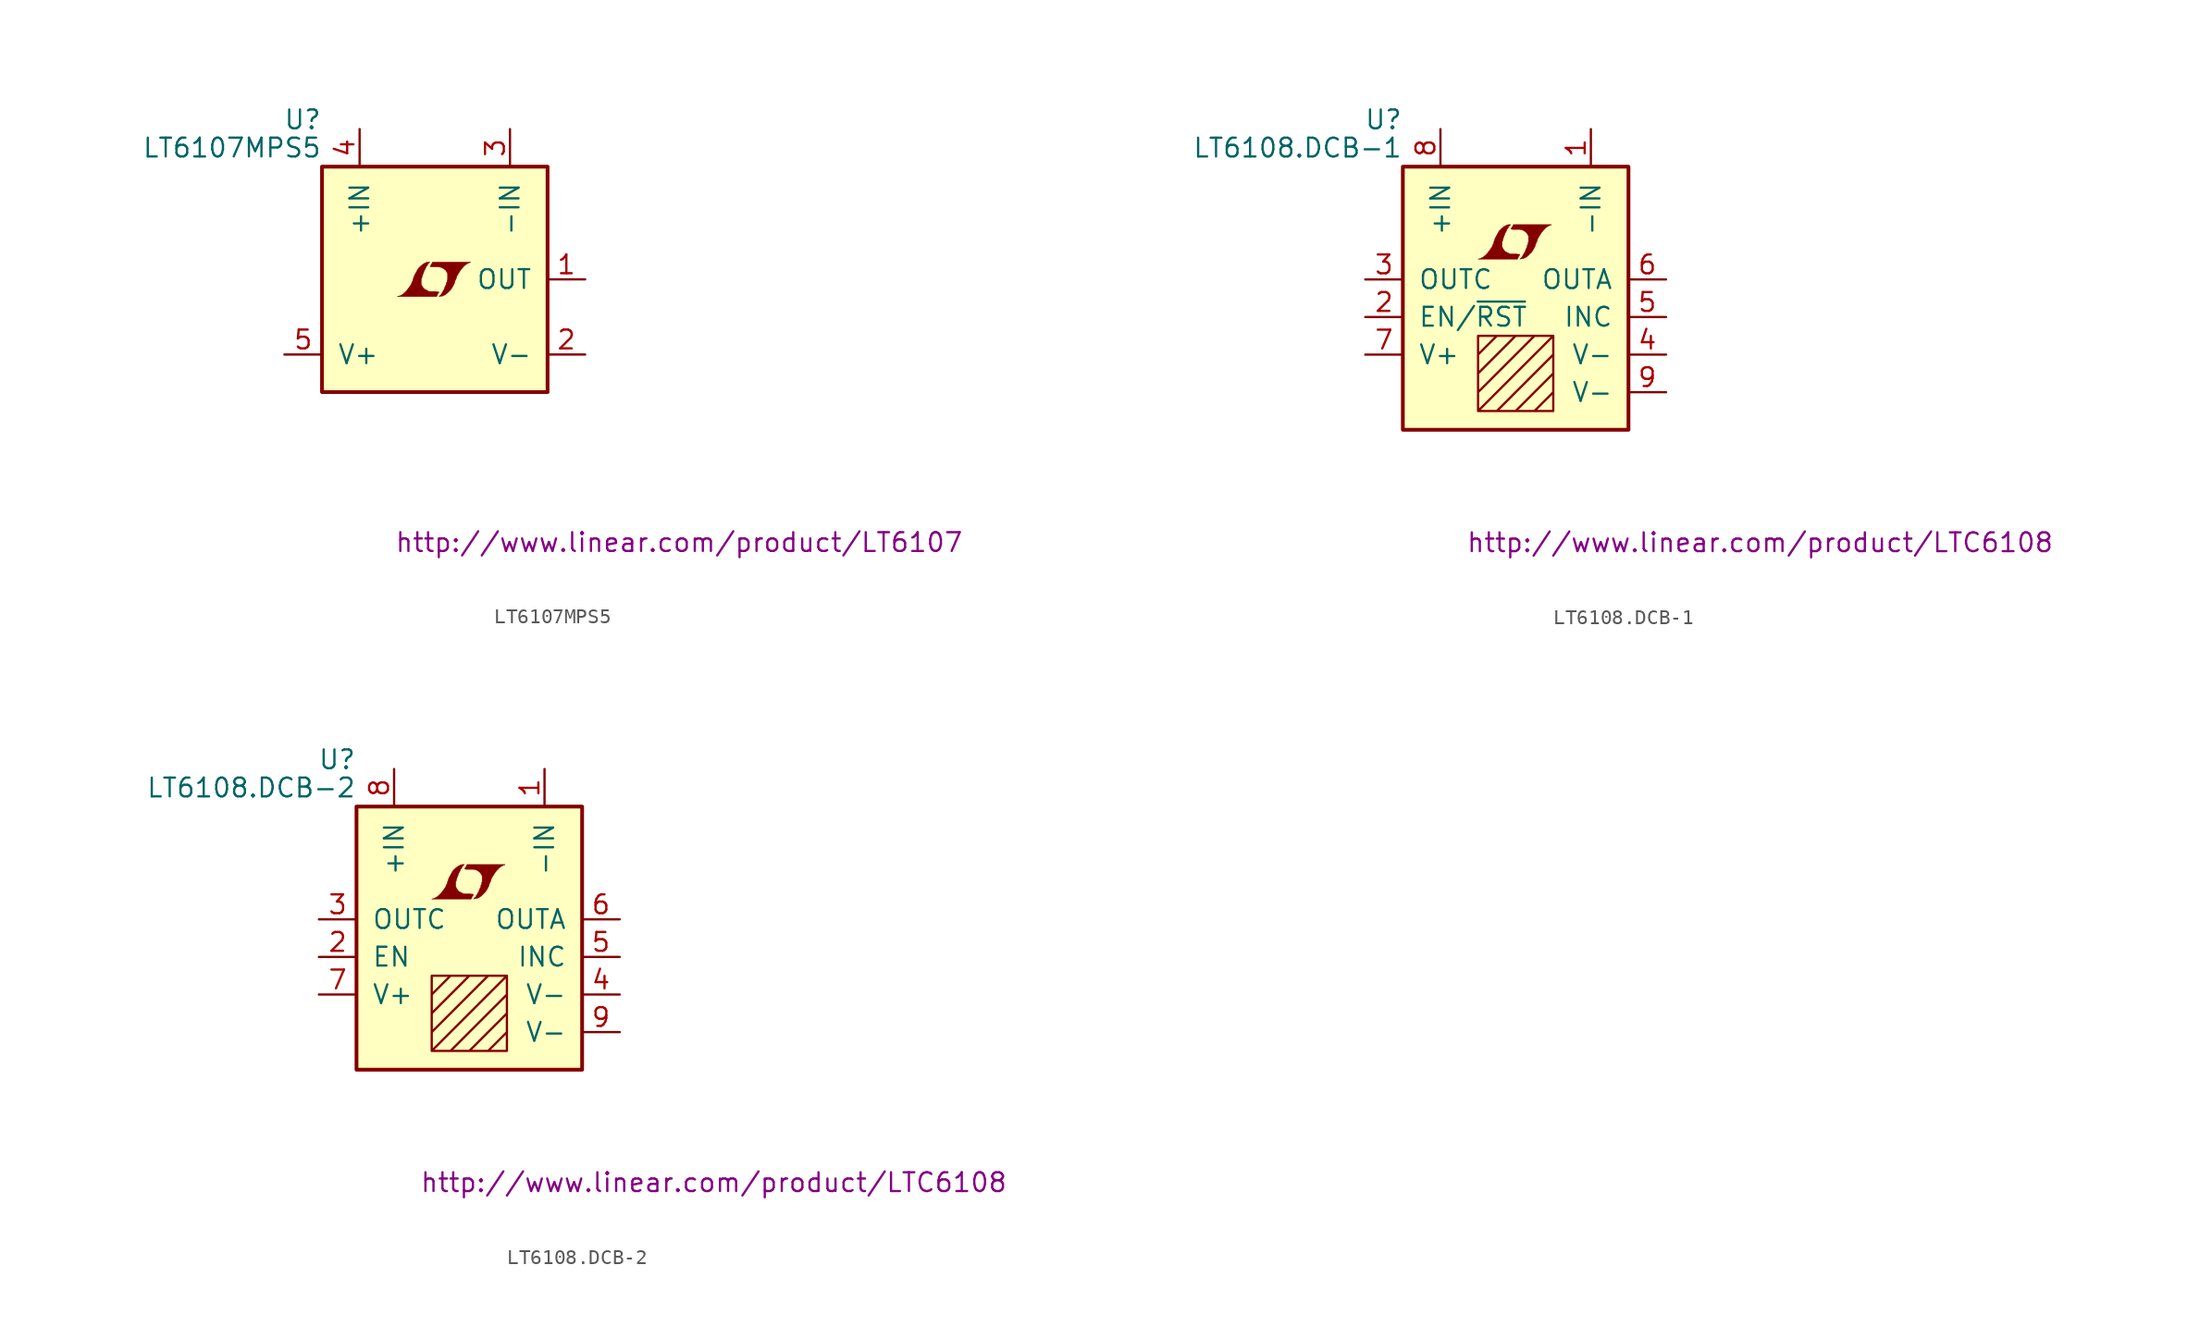
<source format=kicad_sym>
(kicad_symbol_lib
  (version 20201005)
  (generator kicad_symbol_editor)
  (symbol "LT6107MPS5"
    (pin_names
      (offset 1.016))
    (property "Reference" "U"
      (at -7.62 10.795 0)
      (effects (font (size 1.27 1.27)) (justify right)))
    (property "Value" "LT6107MPS5"
      (at -7.62 8.89 0)
      (effects (font (size 1.27 1.27)) (justify right)))
    (property "Datasheet" "http://www.linear.com/product/LT6107"
      (at 16.51 -17.78 0)
      (effects (font (size 1.27 1.27))))
    (symbol "LT6107MPS5_0_0"
      (polyline (pts (xy 0.203 -0.991) (xy 0.229 -0.965) (xy 0.279 -0.864) (xy 0.279 -0.838) (xy 0.152 -0.838) (xy 0.051 -0.813) (xy -0.406 -0.813) (xy -0.432 -0.787) (xy -0.686 -0.66) (xy -0.787 -0.559) (xy -0.864 -0.432) (xy -0.914 -0.33) (xy -0.914 -0.025) (xy -0.864 0.127) (xy -0.838 0.229) (xy -0.813 0.305) (xy -0.762 0.432) (xy -0.711 0.584) (xy -0.635 0.711) (xy -0.584 0.838) (xy -0.508 0.94) (xy -0.457 1.041) (xy -0.33 1.168) (xy -0.508 1.168) (xy -0.635 1.118) (xy -0.737 1.067) (xy -0.813 1.016) (xy -0.94 0.914) (xy -1.118 0.737) (xy -1.372 0.279) (xy -1.473 0) (xy -1.473 -0.051) (xy -1.524 -0.152) (xy -1.575 -0.279) (xy -1.626 -0.381) (xy -1.753 -0.559) (xy -1.905 -0.762) (xy -2.057 -0.914) (xy -2.21 -1.041) (xy -2.388 -1.118) (xy -2.54 -1.168) (xy 0.127 -1.168) (xy 0.203 -0.991)) (stroke (width 0.025)) (fill (type outline)))
      (polyline (pts (xy 0.406 -1.143) (xy 0.483 -1.143) (xy 0.66 -1.067) (xy 0.813 -0.965) (xy 1.092 -0.686) (xy 1.219 -0.483) (xy 1.321 -0.279) (xy 1.397 -0.025) (xy 1.422 -0.025) (xy 1.499 0.229) (xy 1.753 0.635) (xy 1.905 0.813) (xy 2.057 0.965) (xy 2.21 1.067) (xy 2.388 1.143) (xy 2.413 1.143) (xy 2.413 1.168) (xy -0.152 1.168) (xy -0.229 1.016) (xy -0.254 0.991) (xy -0.305 0.889) (xy -0.33 0.864) (xy -0.279 0.864) (xy -0.229 0.838) (xy 0.305 0.838) (xy 0.356 0.813) (xy 0.406 0.813) (xy 0.483 0.787) (xy 0.61 0.711) (xy 0.737 0.61) (xy 0.813 0.483) (xy 0.838 0.432) (xy 0.864 0.406) (xy 0.864 0) (xy 0.838 -0.051) (xy 0.838 -0.127) (xy 0.787 -0.229) (xy 0.762 -0.356) (xy 0.686 -0.508) (xy 0.635 -0.66) (xy 0.483 -0.914) (xy 0.432 -1.016) (xy 0.279 -1.168) (xy 0.406 -1.143)) (stroke (width 0.025)) (fill (type outline))))
    (symbol "LT6107MPS5_0_1"
      (rectangle (start -7.62 7.62) (end 7.62 -7.62) (stroke (width 0.254)) (fill (type background))))
    (symbol "LT6107MPS5_1_1"
      (pin output line (at 10.16 0 180) (length 2.54) (name "OUT" (effects (font (size 1.27 1.27)))) (number "1" (effects (font (size 1.27 1.27)))))
      (pin power_in line (at 10.16 -5.08 180) (length 2.54) (name "V-" (effects (font (size 1.27 1.27)))) (number "2" (effects (font (size 1.27 1.27)))))
      (pin input line (at 5.08 10.16 270) (length 2.54) (name "-IN" (effects (font (size 1.27 1.27)))) (number "3" (effects (font (size 1.27 1.27)))))
      (pin input line (at -5.08 10.16 270) (length 2.54) (name "+IN" (effects (font (size 1.27 1.27)))) (number "4" (effects (font (size 1.27 1.27)))))
      (pin power_in line (at -10.16 -5.08 0) (length 2.54) (name "V+" (effects (font (size 1.27 1.27)))) (number "5" (effects (font (size 1.27 1.27)))))))
  (symbol "LT6108.DCB-1"
    (pin_names
      (offset 1.016))
    (property "Reference" "U"
      (at -7.62 10.795 0)
      (effects (font (size 1.27 1.27)) (justify right)))
    (property "Value" "LT6108.DCB-1"
      (at -7.62 8.89 0)
      (effects (font (size 1.27 1.27)) (justify right)))
    (property "Datasheet" "http://www.linear.com/product/LTC6108"
      (at 16.51 -17.78 0)
      (effects (font (size 1.27 1.27))))
    (symbol "LT6108.DCB-1_0_0"
      (polyline (pts (xy 0.203 1.549) (xy 0.229 1.575) (xy 0.279 1.676) (xy 0.279 1.702) (xy 0.152 1.702) (xy 0.051 1.727) (xy -0.406 1.727) (xy -0.432 1.753) (xy -0.686 1.88) (xy -0.787 1.981) (xy -0.864 2.108) (xy -0.914 2.21) (xy -0.914 2.515) (xy -0.864 2.667) (xy -0.838 2.769) (xy -0.813 2.845) (xy -0.762 2.972) (xy -0.711 3.124) (xy -0.635 3.251) (xy -0.584 3.378) (xy -0.508 3.48) (xy -0.457 3.581) (xy -0.33 3.708) (xy -0.508 3.708) (xy -0.635 3.658) (xy -0.737 3.607) (xy -0.813 3.556) (xy -0.94 3.454) (xy -1.118 3.277) (xy -1.372 2.819) (xy -1.473 2.54) (xy -1.473 2.489) (xy -1.524 2.388) (xy -1.575 2.261) (xy -1.626 2.159) (xy -1.753 1.981) (xy -1.905 1.778) (xy -2.057 1.626) (xy -2.21 1.499) (xy -2.388 1.422) (xy -2.54 1.372) (xy 0.127 1.372) (xy 0.203 1.549)) (stroke (width 0.025)) (fill (type outline)))
      (polyline (pts (xy 0.406 1.397) (xy 0.483 1.397) (xy 0.66 1.473) (xy 0.813 1.575) (xy 1.092 1.854) (xy 1.219 2.057) (xy 1.321 2.261) (xy 1.397 2.515) (xy 1.422 2.515) (xy 1.499 2.769) (xy 1.753 3.175) (xy 1.905 3.353) (xy 2.057 3.505) (xy 2.21 3.607) (xy 2.388 3.683) (xy 2.413 3.683) (xy 2.413 3.708) (xy -0.152 3.708) (xy -0.229 3.556) (xy -0.254 3.531) (xy -0.305 3.429) (xy -0.33 3.404) (xy -0.279 3.404) (xy -0.229 3.378) (xy 0.305 3.378) (xy 0.356 3.353) (xy 0.406 3.353) (xy 0.483 3.327) (xy 0.61 3.251) (xy 0.737 3.15) (xy 0.813 3.023) (xy 0.838 2.972) (xy 0.864 2.946) (xy 0.864 2.54) (xy 0.838 2.489) (xy 0.838 2.413) (xy 0.787 2.311) (xy 0.762 2.184) (xy 0.686 2.032) (xy 0.635 1.88) (xy 0.483 1.626) (xy 0.432 1.524) (xy 0.279 1.372) (xy 0.406 1.397)) (stroke (width 0.025)) (fill (type outline))))
    (symbol "LT6108.DCB-1_0_1"
      (rectangle (start -7.62 7.62) (end 7.62 -10.16) (stroke (width 0.254)) (fill (type background)))
      (polyline (pts (xy -2.54 -5.08) (xy -1.27 -3.81) (xy 0 -3.81) (xy -2.54 -6.35) (xy -2.54 -7.62) (xy 1.27 -3.81) (xy 2.54 -3.81) (xy -2.54 -8.89) (xy -1.27 -8.89) (xy 2.54 -5.08) (xy 2.54 -6.35) (xy 0 -8.89) (xy 1.27 -8.89) (xy 2.54 -7.62) (xy 2.54 -8.89) (xy -2.54 -8.89) (xy -2.54 -3.81) (xy 2.54 -3.81) (xy 2.54 -8.89)) (stroke (width 0)) (fill (type none))))
    (symbol "LT6108.DCB-1_1_1"
      (pin passive line (at 5.08 10.16 270) (length 2.54) (name "-IN" (effects (font (size 1.27 1.27)))) (number "1" (effects (font (size 1.27 1.27)))))
      (pin input line (at -10.16 -2.54 0) (length 2.54) (name "EN/~RST~" (effects (font (size 1.27 1.27)))) (number "2" (effects (font (size 1.27 1.27)))))
      (pin output line (at -10.16 0 0) (length 2.54) (name "OUTC" (effects (font (size 1.27 1.27)))) (number "3" (effects (font (size 1.27 1.27)))))
      (pin power_in line (at 10.16 -5.08 180) (length 2.54) (name "V-" (effects (font (size 1.27 1.27)))) (number "4" (effects (font (size 1.27 1.27)))))
      (pin passive line (at 10.16 -2.54 180) (length 2.54) (name "INC" (effects (font (size 1.27 1.27)))) (number "5" (effects (font (size 1.27 1.27)))))
      (pin output line (at 10.16 0 180) (length 2.54) (name "OUTA" (effects (font (size 1.27 1.27)))) (number "6" (effects (font (size 1.27 1.27)))))
      (pin power_in line (at -10.16 -5.08 0) (length 2.54) (name "V+" (effects (font (size 1.27 1.27)))) (number "7" (effects (font (size 1.27 1.27)))))
      (pin passive line (at -5.08 10.16 270) (length 2.54) (name "+IN" (effects (font (size 1.27 1.27)))) (number "8" (effects (font (size 1.27 1.27)))))
      (pin power_in line (at 10.16 -7.62 180) (length 2.54) (name "V-" (effects (font (size 1.27 1.27)))) (number "9" (effects (font (size 1.27 1.27)))))))
  (symbol "LT6108.DCB-2"
    (pin_names
      (offset 1.016))
    (property "Reference" "U"
      (at -7.62 10.795 0)
      (effects (font (size 1.27 1.27)) (justify right)))
    (property "Value" "LT6108.DCB-2"
      (at -7.62 8.89 0)
      (effects (font (size 1.27 1.27)) (justify right)))
    (property "Datasheet" "http://www.linear.com/product/LTC6108"
      (at 16.51 -17.78 0)
      (effects (font (size 1.27 1.27))))
    (symbol "LT6108.DCB-2_0_0"
      (polyline (pts (xy 0.203 1.549) (xy 0.229 1.575) (xy 0.279 1.676) (xy 0.279 1.702) (xy 0.152 1.702) (xy 0.051 1.727) (xy -0.406 1.727) (xy -0.432 1.753) (xy -0.686 1.88) (xy -0.787 1.981) (xy -0.864 2.108) (xy -0.914 2.21) (xy -0.914 2.515) (xy -0.864 2.667) (xy -0.838 2.769) (xy -0.813 2.845) (xy -0.762 2.972) (xy -0.711 3.124) (xy -0.635 3.251) (xy -0.584 3.378) (xy -0.508 3.48) (xy -0.457 3.581) (xy -0.33 3.708) (xy -0.508 3.708) (xy -0.635 3.658) (xy -0.737 3.607) (xy -0.813 3.556) (xy -0.94 3.454) (xy -1.118 3.277) (xy -1.372 2.819) (xy -1.473 2.54) (xy -1.473 2.489) (xy -1.524 2.388) (xy -1.575 2.261) (xy -1.626 2.159) (xy -1.753 1.981) (xy -1.905 1.778) (xy -2.057 1.626) (xy -2.21 1.499) (xy -2.388 1.422) (xy -2.54 1.372) (xy 0.127 1.372) (xy 0.203 1.549)) (stroke (width 0.025)) (fill (type outline)))
      (polyline (pts (xy 0.406 1.397) (xy 0.483 1.397) (xy 0.66 1.473) (xy 0.813 1.575) (xy 1.092 1.854) (xy 1.219 2.057) (xy 1.321 2.261) (xy 1.397 2.515) (xy 1.422 2.515) (xy 1.499 2.769) (xy 1.753 3.175) (xy 1.905 3.353) (xy 2.057 3.505) (xy 2.21 3.607) (xy 2.388 3.683) (xy 2.413 3.683) (xy 2.413 3.708) (xy -0.152 3.708) (xy -0.229 3.556) (xy -0.254 3.531) (xy -0.305 3.429) (xy -0.33 3.404) (xy -0.279 3.404) (xy -0.229 3.378) (xy 0.305 3.378) (xy 0.356 3.353) (xy 0.406 3.353) (xy 0.483 3.327) (xy 0.61 3.251) (xy 0.737 3.15) (xy 0.813 3.023) (xy 0.838 2.972) (xy 0.864 2.946) (xy 0.864 2.54) (xy 0.838 2.489) (xy 0.838 2.413) (xy 0.787 2.311) (xy 0.762 2.184) (xy 0.686 2.032) (xy 0.635 1.88) (xy 0.483 1.626) (xy 0.432 1.524) (xy 0.279 1.372) (xy 0.406 1.397)) (stroke (width 0.025)) (fill (type outline))))
    (symbol "LT6108.DCB-2_0_1"
      (rectangle (start -7.62 7.62) (end 7.62 -10.16) (stroke (width 0.254)) (fill (type background)))
      (polyline (pts (xy -2.54 -5.08) (xy -1.27 -3.81) (xy 0 -3.81) (xy -2.54 -6.35) (xy -2.54 -7.62) (xy 1.27 -3.81) (xy 2.54 -3.81) (xy -2.54 -8.89) (xy -1.27 -8.89) (xy 2.54 -5.08) (xy 2.54 -6.35) (xy 0 -8.89) (xy 1.27 -8.89) (xy 2.54 -7.62) (xy 2.54 -8.89) (xy -2.54 -8.89) (xy -2.54 -3.81) (xy 2.54 -3.81) (xy 2.54 -8.89)) (stroke (width 0)) (fill (type none))))
    (symbol "LT6108.DCB-2_1_1"
      (pin passive line (at 5.08 10.16 270) (length 2.54) (name "-IN" (effects (font (size 1.27 1.27)))) (number "1" (effects (font (size 1.27 1.27)))))
      (pin passive line (at -10.16 -2.54 0) (length 2.54) (name "EN" (effects (font (size 1.27 1.27)))) (number "2" (effects (font (size 1.27 1.27)))))
      (pin output line (at -10.16 0 0) (length 2.54) (name "OUTC" (effects (font (size 1.27 1.27)))) (number "3" (effects (font (size 1.27 1.27)))))
      (pin power_in line (at 10.16 -5.08 180) (length 2.54) (name "V-" (effects (font (size 1.27 1.27)))) (number "4" (effects (font (size 1.27 1.27)))))
      (pin passive line (at 10.16 -2.54 180) (length 2.54) (name "INC" (effects (font (size 1.27 1.27)))) (number "5" (effects (font (size 1.27 1.27)))))
      (pin output line (at 10.16 0 180) (length 2.54) (name "OUTA" (effects (font (size 1.27 1.27)))) (number "6" (effects (font (size 1.27 1.27)))))
      (pin power_in line (at -10.16 -5.08 0) (length 2.54) (name "V+" (effects (font (size 1.27 1.27)))) (number "7" (effects (font (size 1.27 1.27)))))
      (pin passive line (at -5.08 10.16 270) (length 2.54) (name "+IN" (effects (font (size 1.27 1.27)))) (number "8" (effects (font (size 1.27 1.27)))))
      (pin power_in line (at 10.16 -7.62 180) (length 2.54) (name "V-" (effects (font (size 1.27 1.27)))) (number "9" (effects (font (size 1.27 1.27))))))))
</source>
